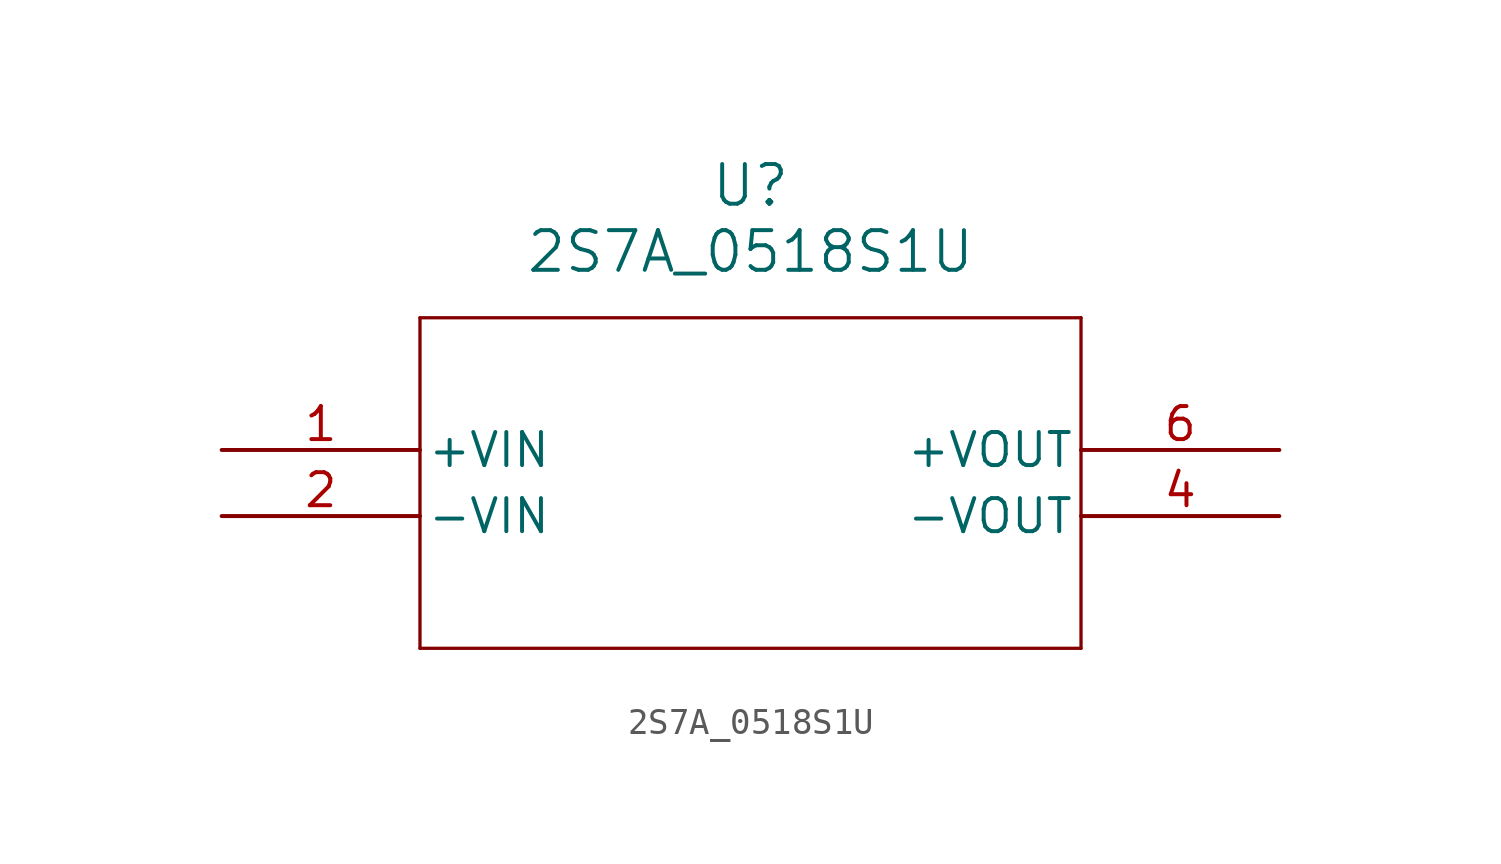
<source format=kicad_sym>
(kicad_symbol_lib
  (version 20211014)
  (generator kicad_symbol_editor)
  (symbol "2S7A_0518S1U"
    (pin_names
      (offset 0.254))
    (property "Reference" "U"
      (at 20.32 10.16 0)
      (effects (font (size 1.524 1.524))))
    (property "Value" "2S7A_0518S1U"
      (at 20.32 7.62 0)
      (effects (font (size 1.524 1.524))))
    (symbol "2S7A_0518S1U_0_1"
      (polyline (pts (xy 7.62 5.08) (xy 7.62 -7.62)) (stroke (width 0.127) (type default) (color 0 0 0 0)) (fill (type none)))
      (polyline (pts (xy 7.62 -7.62) (xy 33.02 -7.62)) (stroke (width 0.127) (type default) (color 0 0 0 0)) (fill (type none)))
      (polyline (pts (xy 33.02 -7.62) (xy 33.02 5.08)) (stroke (width 0.127) (type default) (color 0 0 0 0)) (fill (type none)))
      (polyline (pts (xy 33.02 5.08) (xy 7.62 5.08)) (stroke (width 0.127) (type default) (color 0 0 0 0)) (fill (type none)))
      (pin power_in line (at 0 0 0) (length 7.62) (name "+VIN" (effects (font (size 1.27 1.27)))) (number "1" (effects (font (size 1.27 1.27)))))
      (pin power_in line (at 0 -2.54 0) (length 7.62) (name "-VIN" (effects (font (size 1.27 1.27)))) (number "2" (effects (font (size 1.27 1.27)))))
      (pin power_in line (at 40.64 -2.54 180) (length 7.62) (name "-VOUT" (effects (font (size 1.27 1.27)))) (number "4" (effects (font (size 1.27 1.27)))))
      (pin power_in line (at 40.64 0 180) (length 7.62) (name "+VOUT" (effects (font (size 1.27 1.27)))) (number "6" (effects (font (size 1.27 1.27))))))))
</source>
